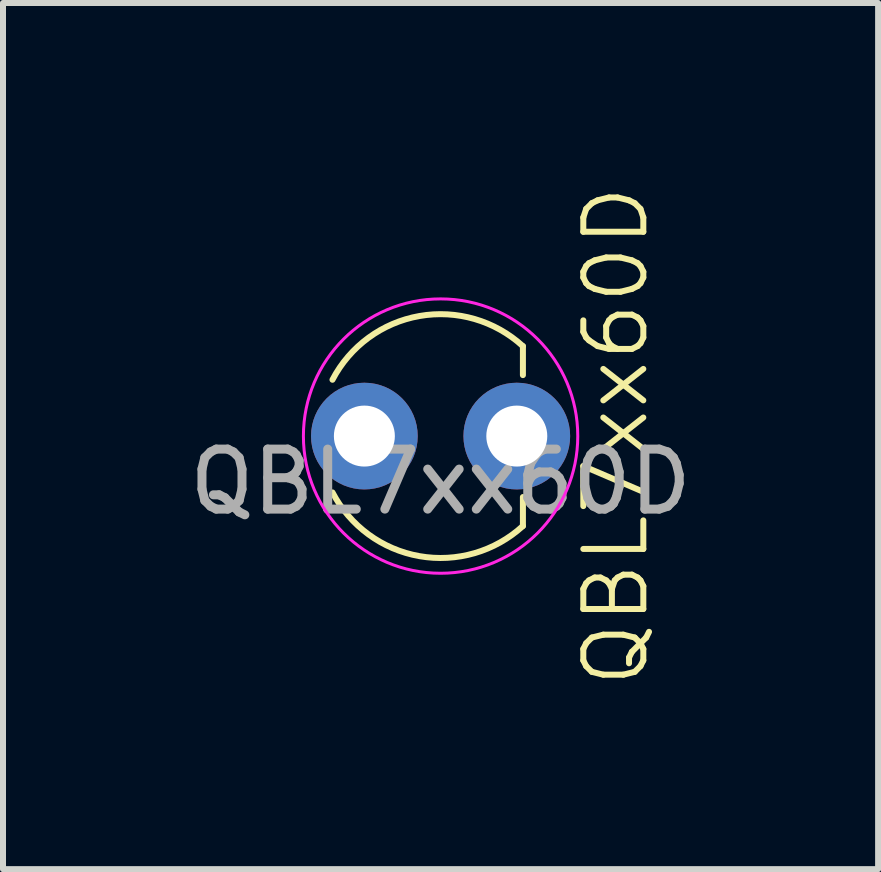
<source format=kicad_pcb>
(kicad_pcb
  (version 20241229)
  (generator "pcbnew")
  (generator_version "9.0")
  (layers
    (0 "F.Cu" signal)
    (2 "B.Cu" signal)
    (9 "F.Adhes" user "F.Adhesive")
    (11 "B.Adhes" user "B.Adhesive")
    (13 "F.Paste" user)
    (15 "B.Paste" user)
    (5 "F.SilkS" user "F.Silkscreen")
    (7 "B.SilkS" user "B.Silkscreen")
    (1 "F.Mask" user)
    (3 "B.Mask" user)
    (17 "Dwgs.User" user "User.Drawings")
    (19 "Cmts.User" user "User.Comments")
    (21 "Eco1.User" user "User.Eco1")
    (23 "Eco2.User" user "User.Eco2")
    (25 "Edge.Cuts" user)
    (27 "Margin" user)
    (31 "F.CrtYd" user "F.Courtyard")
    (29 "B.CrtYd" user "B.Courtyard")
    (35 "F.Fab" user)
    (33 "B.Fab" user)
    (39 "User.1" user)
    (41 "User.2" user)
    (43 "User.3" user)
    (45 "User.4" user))
  (footprint "QBL7xx60D"
    (layer "F.Cu")
    (at 4.292 4.217)
    (property "Reference" "QBL7xx60D" (at 2.921 0 90) (unlocked yes) (layer "F.SilkS") (effects (font (size 1 1) (thickness 0.1))))
    (attr through_hole)
    (fp_line (start 1.372 -1.499) (end 1.372 -1.016) (stroke (width 0.1) (type default)) (layer "F.SilkS"))
    (fp_line (start 1.372 1.499) (end 1.372 1.016) (stroke (width 0.1) (type default)) (layer "F.SilkS"))
    (fp_arc (start -1.80157 -0.938846) (mid -0.352916 -2.000634) (end 1.3716 -1.498599) (stroke (width 0.1) (type default)) (layer "F.SilkS"))
    (fp_arc (start 1.371599 1.498598) (mid -0.352915 2.000633) (end -1.801569 0.938846) (stroke (width 0.1) (type default)) (layer "F.SilkS"))
    (fp_circle (center 0 0) (end 0 -2.286) (stroke (width 0.05) (type default)) (fill no) (layer "F.CrtYd"))
    (fp_text user "${REFERENCE}" (at 0 0.762 0) (unlocked yes) (layer "F.Fab") (effects (font (size 1 1) (thickness 0.15))))
    (pad "1" thru_hole circle (at -1.27 0) (size 1.778 1.778) (drill 1.016) (layers "*.Cu" "*.Mask"))
    (pad "2" thru_hole circle (at 1.27 0 90) (size 1.778 1.778) (drill 1.016) (layers "*.Cu" "*.Mask")))
  (gr_rect
    (start -3 -3)
    (end 11.583 11.433)
    (stroke (width 0.1) (type default))
    (fill no)
    (layer "Edge.Cuts")))
</source>
